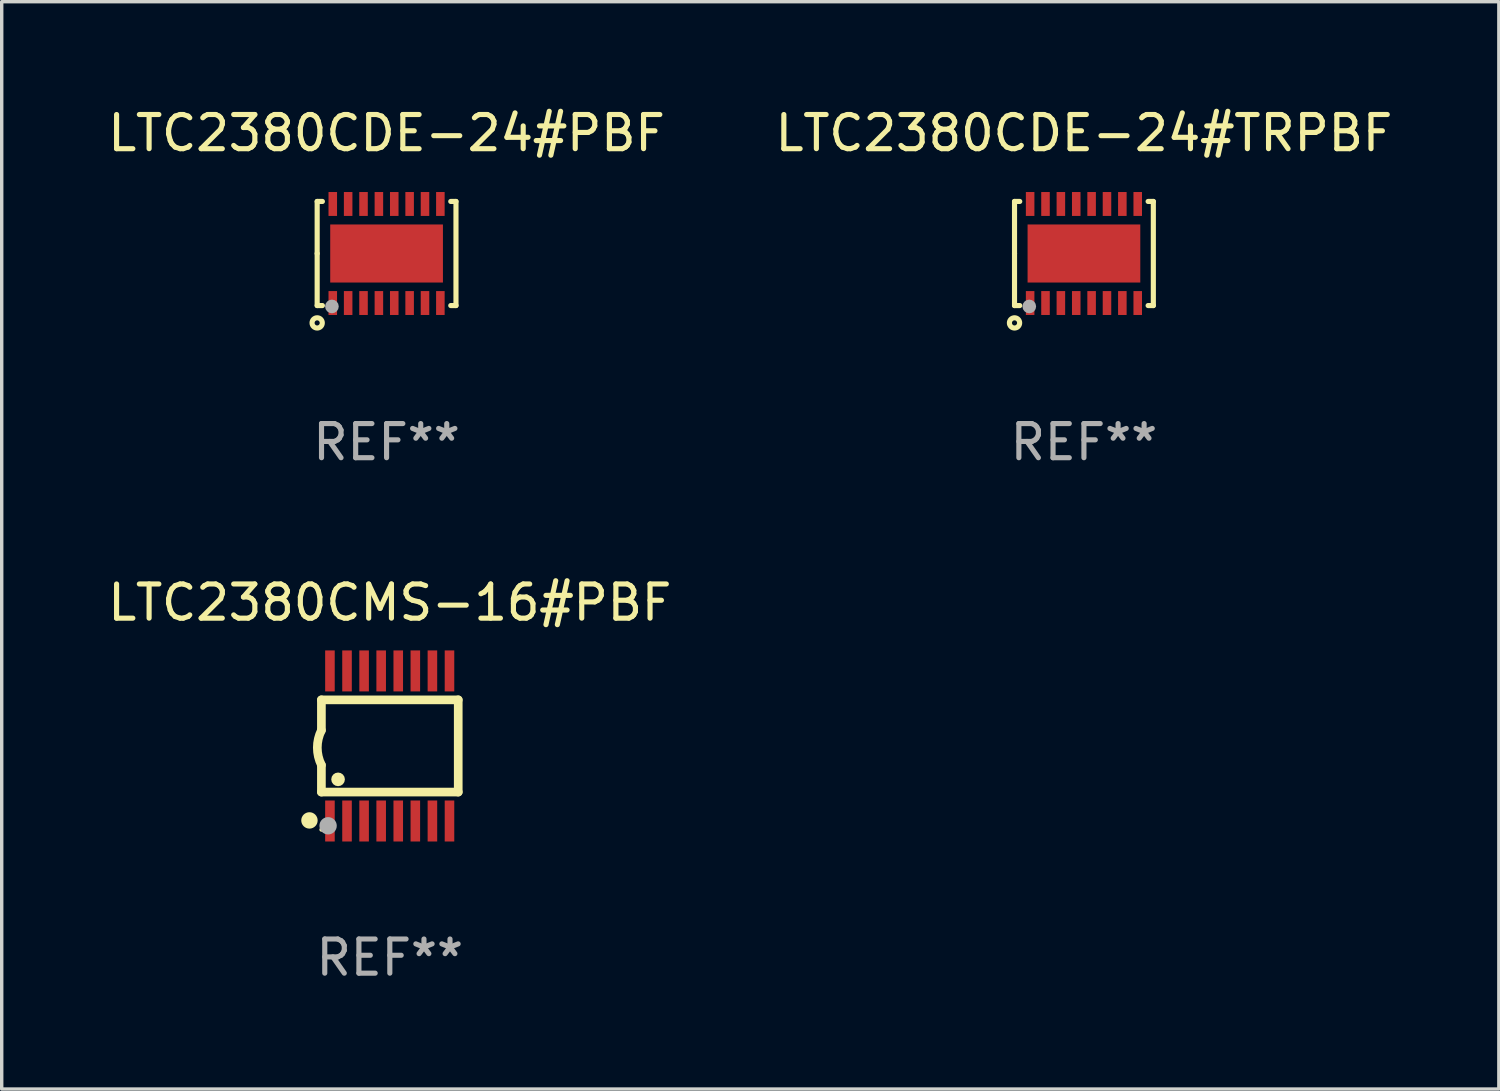
<source format=kicad_pcb>
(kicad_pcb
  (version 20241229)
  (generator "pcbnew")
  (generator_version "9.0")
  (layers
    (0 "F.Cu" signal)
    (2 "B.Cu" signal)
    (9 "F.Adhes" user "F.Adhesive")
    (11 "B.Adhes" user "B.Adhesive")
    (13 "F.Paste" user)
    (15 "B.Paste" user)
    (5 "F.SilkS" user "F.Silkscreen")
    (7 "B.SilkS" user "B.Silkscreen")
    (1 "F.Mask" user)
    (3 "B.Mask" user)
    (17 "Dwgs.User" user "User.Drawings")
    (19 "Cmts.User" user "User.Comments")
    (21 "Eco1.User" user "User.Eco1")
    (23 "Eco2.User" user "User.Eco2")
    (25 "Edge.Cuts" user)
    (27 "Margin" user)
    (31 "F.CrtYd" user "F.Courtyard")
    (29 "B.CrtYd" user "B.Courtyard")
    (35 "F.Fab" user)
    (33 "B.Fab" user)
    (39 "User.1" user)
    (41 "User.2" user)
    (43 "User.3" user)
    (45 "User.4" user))
  (footprint "LTC2380CDE-24#TRPBF"
    (layer "F.Cu")
    (at 28.685 4.372)
    (property "Reference" "LTC2380CDE-24#TRPBF" (at 0 -3.524 0) (layer "F.SilkS") (effects (font (size 1 1) (thickness 0.15))))
    (attr through_hole)
    (fp_line (start -2.032 -1.524) (end -1.879 -1.524) (stroke (width 0.15) (type solid)) (layer "F.SilkS"))
    (fp_line (start -2.032 0) (end -2.032 -1.524) (stroke (width 0.15) (type solid)) (layer "F.SilkS"))
    (fp_line (start -2.032 1.524) (end -2.032 0) (stroke (width 0.15) (type solid)) (layer "F.SilkS"))
    (fp_line (start -1.879 1.524) (end -2.032 1.524) (stroke (width 0.15) (type solid)) (layer "F.SilkS"))
    (fp_line (start 1.879 -1.524) (end 2.032 -1.524) (stroke (width 0.15) (type solid)) (layer "F.SilkS"))
    (fp_line (start 2.032 -1.524) (end 2.032 1.524) (stroke (width 0.15) (type solid)) (layer "F.SilkS"))
    (fp_line (start 2.032 1.524) (end 1.879 1.524) (stroke (width 0.15) (type solid)) (layer "F.SilkS"))
    (fp_circle (center -2.032 2.032) (end -1.882 2.032) (stroke (width 0.15) (type solid)) (fill no) (layer "F.SilkS"))
    (fp_circle (center -2 1.5) (end -1.97 1.5) (stroke (width 0.06) (type solid)) (fill no) (layer "F.SilkS"))
    (fp_circle (center -1.6 1.55) (end -1.5 1.55) (stroke (width 0.2) (type solid)) (fill no) (layer "F.Fab"))
    (fp_text user "REF**" (at 0 5.524 0) (layer "F.Fab") (effects (font (size 1 1) (thickness 0.15))))
    (pad "1" smd rect (at -1.575 1.45 90) (size 0.7 0.25) (layers "F.Cu" "F.Mask" "F.Paste"))
    (pad "2" smd rect (at -1.125 1.45 90) (size 0.7 0.25) (layers "F.Cu" "F.Mask" "F.Paste"))
    (pad "3" smd rect (at -0.675 1.45 90) (size 0.7 0.25) (layers "F.Cu" "F.Mask" "F.Paste"))
    (pad "4" smd rect (at -0.225 1.45 90) (size 0.7 0.25) (layers "F.Cu" "F.Mask" "F.Paste"))
    (pad "5" smd rect (at 0.225 1.45 90) (size 0.7 0.25) (layers "F.Cu" "F.Mask" "F.Paste"))
    (pad "6" smd rect (at 0.675 1.45 90) (size 0.7 0.25) (layers "F.Cu" "F.Mask" "F.Paste"))
    (pad "7" smd rect (at 1.125 1.45 90) (size 0.7 0.25) (layers "F.Cu" "F.Mask" "F.Paste"))
    (pad "8" smd rect (at 1.575 1.45 90) (size 0.7 0.25) (layers "F.Cu" "F.Mask" "F.Paste"))
    (pad "9" smd rect (at 1.575 -1.45 90) (size 0.7 0.25) (layers "F.Cu" "F.Mask" "F.Paste"))
    (pad "10" smd rect (at 1.125 -1.45 90) (size 0.7 0.25) (layers "F.Cu" "F.Mask" "F.Paste"))
    (pad "11" smd rect (at 0.675 -1.45 90) (size 0.7 0.25) (layers "F.Cu" "F.Mask" "F.Paste"))
    (pad "12" smd rect (at 0.225 -1.45 90) (size 0.7 0.25) (layers "F.Cu" "F.Mask" "F.Paste"))
    (pad "13" smd rect (at -0.225 -1.45 90) (size 0.7 0.25) (layers "F.Cu" "F.Mask" "F.Paste"))
    (pad "14" smd rect (at -0.675 -1.45 90) (size 0.7 0.25) (layers "F.Cu" "F.Mask" "F.Paste"))
    (pad "15" smd rect (at -1.125 -1.45 90) (size 0.7 0.25) (layers "F.Cu" "F.Mask" "F.Paste"))
    (pad "16" smd rect (at -1.575 -1.45 90) (size 0.7 0.25) (layers "F.Cu" "F.Mask" "F.Paste"))
    (pad "17" smd rect (at 0.000127 0 90) (size 1.7 3.3) (layers "F.Cu" "F.Mask" "F.Paste")))
  (footprint "LTC2380CMS-16#PBF"
    (layer "F.Cu")
    (at 8.363 18.79)
    (property "Reference" "LTC2380CMS-16#PBF" (at 0 -4.197 0) (layer "F.SilkS") (effects (font (size 1 1) (thickness 0.15))))
    (attr through_hole)
    (fp_line (start -2.003 -1.35) (end -2.003 -0.457) (stroke (width 0.254) (type solid)) (layer "F.SilkS"))
    (fp_line (start -2.003 -1.35) (end 2.003 -1.35) (stroke (width 0.254) (type solid)) (layer "F.SilkS"))
    (fp_line (start -2.003 1.35) (end -2.003 0.559) (stroke (width 0.254) (type solid)) (layer "F.SilkS"))
    (fp_line (start -2.003 1.35) (end 2.003 1.35) (stroke (width 0.254) (type solid)) (layer "F.SilkS"))
    (fp_line (start 2.003 -1.35) (end 2.003 1.35) (stroke (width 0.254) (type solid)) (layer "F.SilkS"))
    (fp_arc (start -2.002286 0.558802) (mid -2.122556 0.05092) (end -2.003302 -0.457201) (stroke (width 0.254001) (type solid)) (layer "F.SilkS"))
    (fp_circle (center -2.353 2.18) (end -2.233 2.18) (stroke (width 0.24) (type solid)) (fill no) (layer "F.SilkS"))
    (fp_circle (center -2.003 2.45) (end -1.973 2.45) (stroke (width 0.06) (type solid)) (fill no) (layer "F.SilkS"))
    (fp_circle (center -1.515 0.978) (end -1.415 0.978) (stroke (width 0.2) (type solid)) (fill no) (layer "F.SilkS"))
    (fp_circle (center -1.807 2.337) (end -1.68 2.337) (stroke (width 0.254) (type solid)) (fill no) (layer "F.Fab"))
    (fp_text user "REF**" (at 0 6.197 0) (layer "F.Fab") (effects (font (size 1 1) (thickness 0.15))))
    (pad "1" smd rect (at -1.753 2.197 90) (size 1.2 0.28) (layers "F.Cu" "F.Mask" "F.Paste"))
    (pad "2" smd rect (at -1.253 2.197 90) (size 1.2 0.28) (layers "F.Cu" "F.Mask" "F.Paste"))
    (pad "3" smd rect (at -0.753 2.197 90) (size 1.2 0.28) (layers "F.Cu" "F.Mask" "F.Paste"))
    (pad "4" smd rect (at -0.253 2.197 90) (size 1.2 0.28) (layers "F.Cu" "F.Mask" "F.Paste"))
    (pad "5" smd rect (at 0.247 2.197 90) (size 1.2 0.28) (layers "F.Cu" "F.Mask" "F.Paste"))
    (pad "6" smd rect (at 0.747 2.197 90) (size 1.2 0.28) (layers "F.Cu" "F.Mask" "F.Paste"))
    (pad "7" smd rect (at 1.247 2.197 90) (size 1.2 0.28) (layers "F.Cu" "F.Mask" "F.Paste"))
    (pad "8" smd rect (at 1.747 2.197 90) (size 1.2 0.28) (layers "F.Cu" "F.Mask" "F.Paste"))
    (pad "9" smd rect (at 1.747 -2.197 90) (size 1.2 0.28) (layers "F.Cu" "F.Mask" "F.Paste"))
    (pad "10" smd rect (at 1.247 -2.197 90) (size 1.2 0.28) (layers "F.Cu" "F.Mask" "F.Paste"))
    (pad "11" smd rect (at 0.747 -2.197 90) (size 1.2 0.28) (layers "F.Cu" "F.Mask" "F.Paste"))
    (pad "12" smd rect (at 0.247 -2.197 90) (size 1.2 0.28) (layers "F.Cu" "F.Mask" "F.Paste"))
    (pad "13" smd rect (at -0.253 -2.197 90) (size 1.2 0.28) (layers "F.Cu" "F.Mask" "F.Paste"))
    (pad "14" smd rect (at -0.753 -2.197 90) (size 1.2 0.28) (layers "F.Cu" "F.Mask" "F.Paste"))
    (pad "15" smd rect (at -1.253 -2.197 90) (size 1.2 0.28) (layers "F.Cu" "F.Mask" "F.Paste"))
    (pad "16" smd rect (at -1.753 -2.197 90) (size 1.2 0.28) (layers "F.Cu" "F.Mask" "F.Paste")))
  (footprint "LTC2380CDE-24#PBF"
    (layer "F.Cu")
    (at 8.268 4.372)
    (property "Reference" "LTC2380CDE-24#PBF" (at 0 -3.524 0) (layer "F.SilkS") (effects (font (size 1 1) (thickness 0.15))))
    (attr through_hole)
    (fp_line (start -2.032 -1.524) (end -1.879 -1.524) (stroke (width 0.15) (type solid)) (layer "F.SilkS"))
    (fp_line (start -2.032 0) (end -2.032 -1.524) (stroke (width 0.15) (type solid)) (layer "F.SilkS"))
    (fp_line (start -2.032 1.524) (end -2.032 0) (stroke (width 0.15) (type solid)) (layer "F.SilkS"))
    (fp_line (start -1.879 1.524) (end -2.032 1.524) (stroke (width 0.15) (type solid)) (layer "F.SilkS"))
    (fp_line (start 1.879 -1.524) (end 2.032 -1.524) (stroke (width 0.15) (type solid)) (layer "F.SilkS"))
    (fp_line (start 2.032 -1.524) (end 2.032 1.524) (stroke (width 0.15) (type solid)) (layer "F.SilkS"))
    (fp_line (start 2.032 1.524) (end 1.879 1.524) (stroke (width 0.15) (type solid)) (layer "F.SilkS"))
    (fp_circle (center -2.032 2.032) (end -1.882 2.032) (stroke (width 0.15) (type solid)) (fill no) (layer "F.SilkS"))
    (fp_circle (center -2 1.5) (end -1.97 1.5) (stroke (width 0.06) (type solid)) (fill no) (layer "F.SilkS"))
    (fp_circle (center -1.6 1.55) (end -1.5 1.55) (stroke (width 0.2) (type solid)) (fill no) (layer "F.Fab"))
    (fp_text user "REF**" (at 0 5.524 0) (layer "F.Fab") (effects (font (size 1 1) (thickness 0.15))))
    (pad "1" smd rect (at -1.575 1.45 90) (size 0.7 0.25) (layers "F.Cu" "F.Mask" "F.Paste"))
    (pad "2" smd rect (at -1.125 1.45 90) (size 0.7 0.25) (layers "F.Cu" "F.Mask" "F.Paste"))
    (pad "3" smd rect (at -0.675 1.45 90) (size 0.7 0.25) (layers "F.Cu" "F.Mask" "F.Paste"))
    (pad "4" smd rect (at -0.225 1.45 90) (size 0.7 0.25) (layers "F.Cu" "F.Mask" "F.Paste"))
    (pad "5" smd rect (at 0.225 1.45 90) (size 0.7 0.25) (layers "F.Cu" "F.Mask" "F.Paste"))
    (pad "6" smd rect (at 0.675 1.45 90) (size 0.7 0.25) (layers "F.Cu" "F.Mask" "F.Paste"))
    (pad "7" smd rect (at 1.125 1.45 90) (size 0.7 0.25) (layers "F.Cu" "F.Mask" "F.Paste"))
    (pad "8" smd rect (at 1.575 1.45 90) (size 0.7 0.25) (layers "F.Cu" "F.Mask" "F.Paste"))
    (pad "9" smd rect (at 1.575 -1.45 90) (size 0.7 0.25) (layers "F.Cu" "F.Mask" "F.Paste"))
    (pad "10" smd rect (at 1.125 -1.45 90) (size 0.7 0.25) (layers "F.Cu" "F.Mask" "F.Paste"))
    (pad "11" smd rect (at 0.675 -1.45 90) (size 0.7 0.25) (layers "F.Cu" "F.Mask" "F.Paste"))
    (pad "12" smd rect (at 0.225 -1.45 90) (size 0.7 0.25) (layers "F.Cu" "F.Mask" "F.Paste"))
    (pad "13" smd rect (at -0.225 -1.45 90) (size 0.7 0.25) (layers "F.Cu" "F.Mask" "F.Paste"))
    (pad "14" smd rect (at -0.675 -1.45 90) (size 0.7 0.25) (layers "F.Cu" "F.Mask" "F.Paste"))
    (pad "15" smd rect (at -1.125 -1.45 90) (size 0.7 0.25) (layers "F.Cu" "F.Mask" "F.Paste"))
    (pad "16" smd rect (at -1.575 -1.45 90) (size 0.7 0.25) (layers "F.Cu" "F.Mask" "F.Paste"))
    (pad "17" smd rect (at 0.000127 0 90) (size 1.7 3.3) (layers "F.Cu" "F.Mask" "F.Paste")))
  (gr_rect
    (start -3 -3)
    (end 40.833 28.835)
    (stroke (width 0.1) (type default))
    (fill no)
    (layer "Edge.Cuts")))
</source>
